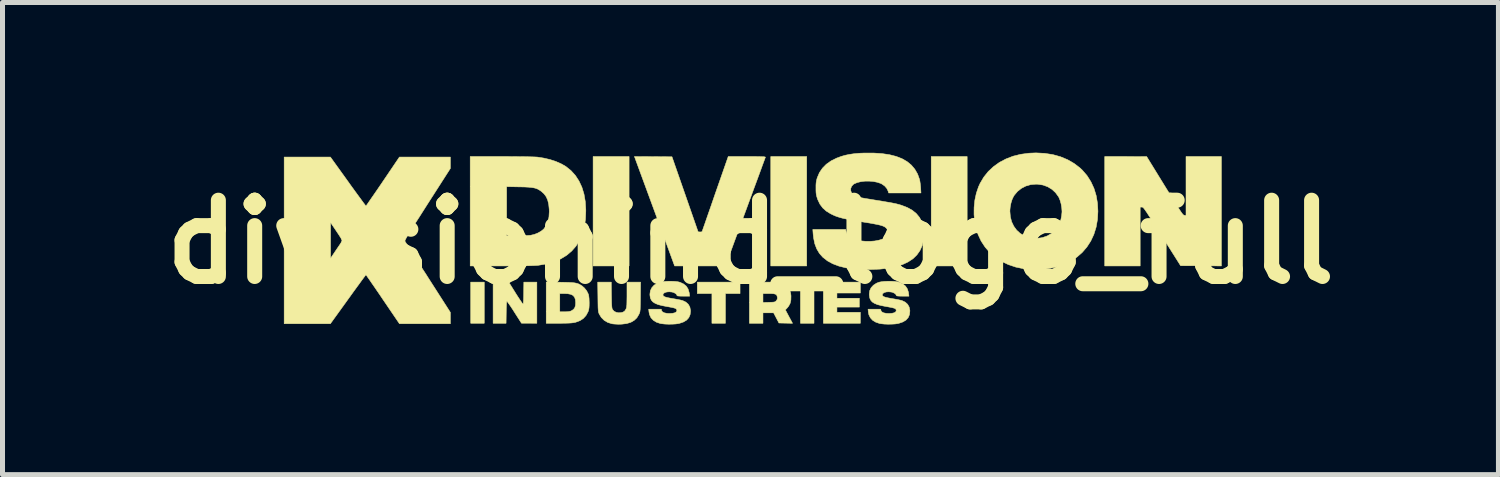
<source format=kicad_pcb>
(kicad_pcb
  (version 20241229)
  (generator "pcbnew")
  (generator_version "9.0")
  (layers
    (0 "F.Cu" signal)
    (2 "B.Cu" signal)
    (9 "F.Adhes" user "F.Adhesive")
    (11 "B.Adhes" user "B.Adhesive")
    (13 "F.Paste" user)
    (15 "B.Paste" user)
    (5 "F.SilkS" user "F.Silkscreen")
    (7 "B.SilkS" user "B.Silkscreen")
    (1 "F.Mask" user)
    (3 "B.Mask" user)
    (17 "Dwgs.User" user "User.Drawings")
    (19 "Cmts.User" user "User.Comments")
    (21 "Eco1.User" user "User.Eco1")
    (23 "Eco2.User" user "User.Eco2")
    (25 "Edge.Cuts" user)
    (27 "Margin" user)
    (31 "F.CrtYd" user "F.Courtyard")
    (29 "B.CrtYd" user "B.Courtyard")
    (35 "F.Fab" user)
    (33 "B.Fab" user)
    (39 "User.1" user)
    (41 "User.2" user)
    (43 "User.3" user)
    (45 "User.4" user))
  (footprint "divisionind_logo_full"
    (layer "F.Cu")
    (at 11.945 1.785)
    (property "Reference" "divisionind_logo_full" (at 0 0 0) (layer "F.SilkS") (effects (font (size 1.524 1.524) (thickness 0.3))))
    (attr through_hole)
    (fp_poly (pts (xy -5.319 1.624) (xy -5.59 1.624) (xy -5.59 0.802) (xy -5.319 0.802) (xy -5.319 1.624)) (stroke (width 0.01) (type solid)) (fill yes) (layer "F.SilkS"))
    (fp_poly (pts (xy -2.425 0.479) (xy -3.144 0.479) (xy -3.144 -1.707) (xy -2.425 -1.707) (xy -2.425 0.479)) (stroke (width 0.01) (type solid)) (fill yes) (layer "F.SilkS"))
    (fp_poly (pts (xy 1.124 0.479) (xy 0.406 0.479) (xy 0.406 -1.707) (xy 1.124 -1.707) (xy 1.124 0.479)) (stroke (width 0.01) (type solid)) (fill yes) (layer "F.SilkS"))
    (fp_poly (pts (xy 1.27 1.624) (xy 0.999 1.624) (xy 0.999 0.802) (xy 1.27 0.802) (xy 1.27 1.624)) (stroke (width 0.01) (type solid)) (fill yes) (layer "F.SilkS"))
    (fp_poly (pts (xy 4.33 0.479) (xy 3.612 0.479) (xy 3.612 -1.707) (xy 4.33 -1.707) (xy 4.33 0.479)) (stroke (width 0.01) (type solid)) (fill yes) (layer "F.SilkS"))
    (fp_poly (pts (xy -0.208 1.031) (xy -0.5 1.031) (xy -0.5 1.624) (xy -0.77 1.624) (xy -0.77 1.031) (xy -1.062 1.031) (xy -1.062 0.802) (xy -0.208 0.802) (xy -0.208 1.031)) (stroke (width 0.01) (type solid)) (fill yes) (layer "F.SilkS"))
    (fp_poly (pts (xy 2.196 1.02) (xy 1.728 1.02) (xy 1.728 1.124) (xy 2.176 1.124) (xy 2.176 1.301) (xy 1.728 1.301) (xy 1.728 1.405) (xy 2.196 1.405) (xy 2.196 1.624) (xy 1.457 1.624) (xy 1.457 0.802) (xy 2.196 0.802) (xy 2.196 1.02)) (stroke (width 0.01) (type solid)) (fill yes) (layer "F.SilkS"))
    (fp_poly (pts (xy -4.985 0.804) (xy -4.827 0.807) (xy -4.691 1.025) (xy -4.653 1.085) (xy -4.618 1.138) (xy -4.588 1.183) (xy -4.565 1.216) (xy -4.549 1.236) (xy -4.544 1.241) (xy -4.54 1.23) (xy -4.537 1.2) (xy -4.534 1.152) (xy -4.532 1.089) (xy -4.531 1.02) (xy -4.528 0.802) (xy -4.268 0.802) (xy -4.268 1.624) (xy -4.575 1.623) (xy -4.716 1.403) (xy -4.754 1.343) (xy -4.79 1.289) (xy -4.821 1.244) (xy -4.845 1.211) (xy -4.861 1.19) (xy -4.867 1.185) (xy -4.87 1.196) (xy -4.874 1.226) (xy -4.876 1.273) (xy -4.879 1.337) (xy -4.88 1.405) (xy -4.883 1.624) (xy -5.142 1.624) (xy -5.142 0.801) (xy -4.985 0.804)) (stroke (width 0.01) (type solid)) (fill yes) (layer "F.SilkS"))
    (fp_poly (pts (xy 9.41 0.479) (xy 9.003 0.476) (xy 8.595 0.474) (xy 8.225 -0.112) (xy 8.151 -0.227) (xy 8.088 -0.327) (xy 8.035 -0.411) (xy 7.99 -0.482) (xy 7.952 -0.539) (xy 7.922 -0.586) (xy 7.897 -0.622) (xy 7.878 -0.649) (xy 7.863 -0.669) (xy 7.851 -0.683) (xy 7.841 -0.691) (xy 7.834 -0.695) (xy 7.827 -0.697) (xy 7.82 -0.697) (xy 7.787 -0.697) (xy 7.787 0.479) (xy 7.079 0.479) (xy 7.079 -1.707) (xy 7.498 -1.707) (xy 7.917 -1.706) (xy 8.277 -1.121) (xy 8.349 -1.005) (xy 8.411 -0.905) (xy 8.463 -0.82) (xy 8.508 -0.75) (xy 8.544 -0.692) (xy 8.574 -0.645) (xy 8.598 -0.609) (xy 8.617 -0.581) (xy 8.633 -0.561) (xy 8.644 -0.548) (xy 8.654 -0.54) (xy 8.661 -0.535) (xy 8.668 -0.533) (xy 8.67 -0.533) (xy 8.703 -0.53) (xy 8.703 -1.707) (xy 9.41 -1.707) (xy 9.41 0.479)) (stroke (width 0.01) (type solid)) (fill yes) (layer "F.SilkS"))
    (fp_poly (pts (xy 0.334 0.802) (xy 0.408 0.803) (xy 0.473 0.805) (xy 0.526 0.807) (xy 0.565 0.81) (xy 0.581 0.813) (xy 0.652 0.837) (xy 0.713 0.875) (xy 0.761 0.925) (xy 0.774 0.946) (xy 0.792 0.983) (xy 0.803 1.02) (xy 0.809 1.065) (xy 0.81 1.083) (xy 0.808 1.161) (xy 0.793 1.226) (xy 0.763 1.282) (xy 0.739 1.312) (xy 0.698 1.357) (xy 0.769 1.491) (xy 0.841 1.625) (xy 0.705 1.622) (xy 0.569 1.619) (xy 0.463 1.416) (xy 0.25 1.416) (xy 0.25 1.624) (xy -0.021 1.624) (xy -0.021 1.031) (xy 0.25 1.031) (xy 0.25 1.209) (xy 0.37 1.206) (xy 0.422 1.204) (xy 0.458 1.202) (xy 0.481 1.198) (xy 0.496 1.192) (xy 0.508 1.183) (xy 0.517 1.172) (xy 0.535 1.145) (xy 0.539 1.119) (xy 0.537 1.104) (xy 0.53 1.075) (xy 0.518 1.055) (xy 0.496 1.042) (xy 0.462 1.034) (xy 0.413 1.031) (xy 0.368 1.031) (xy 0.25 1.031) (xy -0.021 1.031) (xy -0.021 0.802) (xy 0.255 0.802) (xy 0.334 0.802)) (stroke (width 0.01) (type solid)) (fill yes) (layer "F.SilkS"))
    (fp_poly (pts (xy -3.802 0.804) (xy -3.708 0.806) (xy -3.632 0.808) (xy -3.571 0.811) (xy -3.522 0.816) (xy -3.483 0.823) (xy -3.45 0.832) (xy -3.421 0.844) (xy -3.393 0.86) (xy -3.366 0.877) (xy -3.316 0.921) (xy -3.272 0.977) (xy -3.241 1.039) (xy -3.235 1.055) (xy -3.23 1.084) (xy -3.225 1.128) (xy -3.223 1.181) (xy -3.222 1.218) (xy -3.223 1.276) (xy -3.226 1.319) (xy -3.232 1.353) (xy -3.241 1.384) (xy -3.246 1.396) (xy -3.285 1.468) (xy -3.338 1.527) (xy -3.406 1.572) (xy -3.49 1.603) (xy -3.509 1.608) (xy -3.539 1.613) (xy -3.578 1.618) (xy -3.629 1.621) (xy -3.693 1.623) (xy -3.774 1.624) (xy -3.828 1.624) (xy -4.081 1.624) (xy -4.081 1.031) (xy -3.81 1.031) (xy -3.81 1.395) (xy -3.714 1.395) (xy -3.661 1.394) (xy -3.622 1.389) (xy -3.591 1.381) (xy -3.576 1.374) (xy -3.536 1.348) (xy -3.51 1.313) (xy -3.496 1.265) (xy -3.493 1.213) (xy -3.498 1.151) (xy -3.515 1.103) (xy -3.545 1.068) (xy -3.589 1.046) (xy -3.65 1.034) (xy -3.714 1.031) (xy -3.81 1.031) (xy -4.081 1.031) (xy -4.081 0.8) (xy -3.802 0.804)) (stroke (width 0.01) (type solid)) (fill yes) (layer "F.SilkS"))
    (fp_poly (pts (xy -1.943 -1.705) (xy -1.568 -1.702) (xy -1.307 -0.953) (xy -1.046 -0.203) (xy -1.008 -0.2) (xy -0.979 -0.201) (xy -0.966 -0.21) (xy -0.962 -0.222) (xy -0.951 -0.252) (xy -0.935 -0.298) (xy -0.913 -0.36) (xy -0.887 -0.435) (xy -0.857 -0.522) (xy -0.823 -0.619) (xy -0.786 -0.725) (xy -0.747 -0.838) (xy -0.706 -0.957) (xy -0.703 -0.966) (xy -0.444 -1.707) (xy -0.07 -1.707) (xy 0.032 -1.707) (xy 0.114 -1.707) (xy 0.179 -1.706) (xy 0.229 -1.704) (xy 0.263 -1.703) (xy 0.286 -1.7) (xy 0.297 -1.697) (xy 0.299 -1.694) (xy 0.295 -1.683) (xy 0.284 -1.653) (xy 0.267 -1.607) (xy 0.244 -1.545) (xy 0.216 -1.468) (xy 0.183 -1.378) (xy 0.146 -1.277) (xy 0.105 -1.166) (xy 0.06 -1.045) (xy 0.013 -0.916) (xy -0.037 -0.781) (xy -0.081 -0.661) (xy -0.133 -0.52) (xy -0.183 -0.384) (xy -0.231 -0.254) (xy -0.276 -0.131) (xy -0.318 -0.017) (xy -0.356 0.087) (xy -0.39 0.18) (xy -0.42 0.259) (xy -0.444 0.324) (xy -0.462 0.374) (xy -0.474 0.406) (xy -0.479 0.419) (xy -0.501 0.479) (xy -1.008 0.479) (xy -1.515 0.479) (xy -1.916 -0.614) (xy -2.318 -1.707) (xy -1.943 -1.705)) (stroke (width 0.01) (type solid)) (fill yes) (layer "F.SilkS"))
    (fp_poly (pts (xy -2.778 1.059) (xy -2.776 1.142) (xy -2.775 1.206) (xy -2.773 1.255) (xy -2.77 1.291) (xy -2.767 1.316) (xy -2.763 1.335) (xy -2.757 1.348) (xy -2.756 1.349) (xy -2.727 1.383) (xy -2.684 1.405) (xy -2.633 1.415) (xy -2.58 1.411) (xy -2.545 1.401) (xy -2.513 1.38) (xy -2.49 1.345) (xy -2.488 1.341) (xy -2.481 1.325) (xy -2.476 1.307) (xy -2.473 1.284) (xy -2.47 1.254) (xy -2.469 1.213) (xy -2.468 1.159) (xy -2.467 1.088) (xy -2.467 1.049) (xy -2.467 0.802) (xy -2.195 0.802) (xy -2.198 1.096) (xy -2.199 1.182) (xy -2.2 1.249) (xy -2.202 1.302) (xy -2.203 1.342) (xy -2.206 1.371) (xy -2.209 1.394) (xy -2.214 1.412) (xy -2.22 1.428) (xy -2.228 1.445) (xy -2.229 1.447) (xy -2.269 1.514) (xy -2.323 1.566) (xy -2.391 1.605) (xy -2.472 1.63) (xy -2.57 1.642) (xy -2.633 1.644) (xy -2.68 1.642) (xy -2.726 1.639) (xy -2.762 1.635) (xy -2.767 1.634) (xy -2.851 1.608) (xy -2.922 1.566) (xy -2.979 1.51) (xy -3.018 1.447) (xy -3.026 1.43) (xy -3.032 1.414) (xy -3.037 1.396) (xy -3.04 1.374) (xy -3.043 1.345) (xy -3.045 1.307) (xy -3.046 1.256) (xy -3.047 1.19) (xy -3.048 1.106) (xy -3.048 1.096) (xy -3.052 0.802) (xy -2.781 0.802) (xy -2.778 1.059)) (stroke (width 0.01) (type solid)) (fill yes) (layer "F.SilkS"))
    (fp_poly (pts (xy -4.841 -1.707) (xy -4.712 -1.706) (xy -4.596 -1.705) (xy -4.494 -1.704) (xy -4.407 -1.702) (xy -4.336 -1.7) (xy -4.284 -1.698) (xy -4.255 -1.696) (xy -4.129 -1.676) (xy -4.005 -1.647) (xy -3.887 -1.608) (xy -3.782 -1.562) (xy -3.692 -1.511) (xy -3.688 -1.508) (xy -3.586 -1.426) (xy -3.498 -1.329) (xy -3.426 -1.218) (xy -3.368 -1.094) (xy -3.326 -0.957) (xy -3.3 -0.806) (xy -3.29 -0.644) (xy -3.29 -0.618) (xy -3.297 -0.45) (xy -3.321 -0.296) (xy -3.361 -0.156) (xy -3.416 -0.03) (xy -3.486 0.083) (xy -3.573 0.182) (xy -3.674 0.267) (xy -3.791 0.338) (xy -3.923 0.394) (xy -4.071 0.437) (xy -4.233 0.465) (xy -4.26 0.468) (xy -4.291 0.47) (xy -4.341 0.472) (xy -4.408 0.474) (xy -4.491 0.476) (xy -4.586 0.477) (xy -4.693 0.478) (xy -4.81 0.479) (xy -4.934 0.479) (xy -4.981 0.479) (xy -5.6 0.479) (xy -5.6 -0.125) (xy -4.872 -0.125) (xy -4.661 -0.125) (xy -4.592 -0.126) (xy -4.525 -0.127) (xy -4.465 -0.129) (xy -4.416 -0.132) (xy -4.383 -0.135) (xy -4.383 -0.136) (xy -4.318 -0.151) (xy -4.252 -0.177) (xy -4.192 -0.21) (xy -4.143 -0.247) (xy -4.127 -0.263) (xy -4.079 -0.331) (xy -4.045 -0.409) (xy -4.026 -0.5) (xy -4.02 -0.604) (xy -4.021 -0.653) (xy -4.031 -0.752) (xy -4.051 -0.835) (xy -4.081 -0.904) (xy -4.125 -0.963) (xy -4.178 -1.011) (xy -4.213 -1.035) (xy -4.247 -1.055) (xy -4.283 -1.07) (xy -4.325 -1.081) (xy -4.375 -1.089) (xy -4.437 -1.095) (xy -4.513 -1.099) (xy -4.606 -1.101) (xy -4.619 -1.101) (xy -4.872 -1.106) (xy -4.872 -0.125) (xy -5.6 -0.125) (xy -5.6 -1.707) (xy -4.982 -1.707) (xy -4.841 -1.707)) (stroke (width 0.01) (type solid)) (fill yes) (layer "F.SilkS"))
    (fp_poly (pts (xy -8.041 -1.208) (xy -7.977 -1.118) (xy -7.916 -1.034) (xy -7.86 -0.957) (xy -7.809 -0.888) (xy -7.766 -0.829) (xy -7.731 -0.781) (xy -7.704 -0.746) (xy -7.688 -0.724) (xy -7.683 -0.719) (xy -7.676 -0.727) (xy -7.659 -0.751) (xy -7.632 -0.79) (xy -7.597 -0.841) (xy -7.554 -0.903) (xy -7.505 -0.974) (xy -7.45 -1.054) (xy -7.391 -1.14) (xy -7.345 -1.208) (xy -7.014 -1.697) (xy -5.996 -1.697) (xy -5.996 -1.47) (xy -6.455 -0.754) (xy -6.539 -0.622) (xy -6.612 -0.507) (xy -6.676 -0.408) (xy -6.73 -0.322) (xy -6.775 -0.25) (xy -6.812 -0.19) (xy -6.842 -0.14) (xy -6.865 -0.101) (xy -6.883 -0.071) (xy -6.894 -0.048) (xy -6.901 -0.032) (xy -6.904 -0.022) (xy -6.904 -0.016) (xy -6.897 -0.004) (xy -6.879 0.024) (xy -6.852 0.067) (xy -6.817 0.123) (xy -6.773 0.191) (xy -6.723 0.271) (xy -6.667 0.359) (xy -6.605 0.455) (xy -6.54 0.558) (xy -6.47 0.666) (xy -6.445 0.706) (xy -5.996 1.407) (xy -5.996 1.634) (xy -7.013 1.634) (xy -7.345 1.146) (xy -7.406 1.055) (xy -7.464 0.971) (xy -7.517 0.893) (xy -7.565 0.824) (xy -7.606 0.764) (xy -7.64 0.716) (xy -7.664 0.681) (xy -7.679 0.661) (xy -7.683 0.656) (xy -7.69 0.664) (xy -7.708 0.688) (xy -7.736 0.725) (xy -7.773 0.775) (xy -7.817 0.836) (xy -7.869 0.907) (xy -7.926 0.985) (xy -7.987 1.07) (xy -8.041 1.145) (xy -8.394 1.634) (xy -9.317 1.634) (xy -9.317 0.326) (xy -8.39 0.326) (xy -8.275 0.156) (xy -8.239 0.103) (xy -8.207 0.056) (xy -8.182 0.017) (xy -8.164 -0.011) (xy -8.155 -0.025) (xy -8.155 -0.025) (xy -8.159 -0.037) (xy -8.174 -0.063) (xy -8.197 -0.1) (xy -8.227 -0.147) (xy -8.262 -0.199) (xy -8.271 -0.213) (xy -8.39 -0.389) (xy -8.39 0.326) (xy -9.317 0.326) (xy -9.317 -1.697) (xy -8.393 -1.697) (xy -8.041 -1.208)) (stroke (width 0.01) (type solid)) (fill yes) (layer "F.SilkS"))
    (fp_poly (pts (xy -1.573 0.785) (xy -1.507 0.788) (xy -1.45 0.795) (xy -1.409 0.805) (xy -1.338 0.838) (xy -1.284 0.881) (xy -1.247 0.937) (xy -1.226 1.006) (xy -1.222 1.028) (xy -1.215 1.083) (xy -1.342 1.083) (xy -1.397 1.082) (xy -1.435 1.08) (xy -1.457 1.077) (xy -1.467 1.072) (xy -1.468 1.069) (xy -1.477 1.047) (xy -1.503 1.026) (xy -1.539 1.008) (xy -1.57 1) (xy -1.623 0.995) (xy -1.671 0.999) (xy -1.711 1.011) (xy -1.738 1.03) (xy -1.749 1.055) (xy -1.749 1.057) (xy -1.744 1.073) (xy -1.729 1.087) (xy -1.7 1.1) (xy -1.656 1.112) (xy -1.595 1.124) (xy -1.554 1.131) (xy -1.496 1.141) (xy -1.441 1.151) (xy -1.394 1.161) (xy -1.362 1.169) (xy -1.354 1.171) (xy -1.29 1.202) (xy -1.242 1.245) (xy -1.211 1.3) (xy -1.198 1.366) (xy -1.197 1.382) (xy -1.206 1.453) (xy -1.232 1.512) (xy -1.276 1.561) (xy -1.337 1.598) (xy -1.416 1.625) (xy -1.435 1.63) (xy -1.492 1.638) (xy -1.561 1.642) (xy -1.637 1.643) (xy -1.71 1.64) (xy -1.774 1.633) (xy -1.8 1.629) (xy -1.878 1.603) (xy -1.94 1.565) (xy -1.987 1.515) (xy -2.016 1.453) (xy -2.027 1.402) (xy -2.033 1.343) (xy -1.782 1.343) (xy -1.776 1.37) (xy -1.759 1.396) (xy -1.723 1.415) (xy -1.671 1.426) (xy -1.617 1.429) (xy -1.555 1.425) (xy -1.509 1.414) (xy -1.48 1.396) (xy -1.47 1.371) (xy -1.474 1.35) (xy -1.482 1.339) (xy -1.498 1.328) (xy -1.525 1.319) (xy -1.566 1.309) (xy -1.623 1.298) (xy -1.671 1.29) (xy -1.767 1.271) (xy -1.845 1.251) (xy -1.905 1.226) (xy -1.95 1.197) (xy -1.981 1.161) (xy -2 1.118) (xy -2.008 1.066) (xy -2.009 1.041) (xy -1.999 0.973) (xy -1.971 0.914) (xy -1.926 0.864) (xy -1.865 0.824) (xy -1.813 0.804) (xy -1.768 0.795) (xy -1.709 0.788) (xy -1.642 0.785) (xy -1.573 0.785)) (stroke (width 0.01) (type solid)) (fill yes) (layer "F.SilkS"))
    (fp_poly (pts (xy 2.81 0.785) (xy 2.875 0.788) (xy 2.932 0.795) (xy 2.974 0.805) (xy 3.045 0.838) (xy 3.098 0.881) (xy 3.135 0.937) (xy 3.157 1.006) (xy 3.16 1.028) (xy 3.167 1.083) (xy 3.041 1.083) (xy 2.985 1.082) (xy 2.948 1.08) (xy 2.926 1.077) (xy 2.916 1.072) (xy 2.915 1.069) (xy 2.905 1.047) (xy 2.88 1.026) (xy 2.844 1.008) (xy 2.813 1) (xy 2.76 0.995) (xy 2.711 0.999) (xy 2.672 1.011) (xy 2.645 1.03) (xy 2.634 1.055) (xy 2.634 1.057) (xy 2.638 1.073) (xy 2.654 1.087) (xy 2.683 1.1) (xy 2.727 1.112) (xy 2.788 1.124) (xy 2.828 1.131) (xy 2.887 1.141) (xy 2.942 1.151) (xy 2.988 1.161) (xy 3.021 1.169) (xy 3.028 1.171) (xy 3.092 1.202) (xy 3.14 1.245) (xy 3.171 1.3) (xy 3.185 1.366) (xy 3.185 1.382) (xy 3.177 1.453) (xy 3.151 1.512) (xy 3.107 1.561) (xy 3.045 1.598) (xy 2.966 1.625) (xy 2.947 1.63) (xy 2.891 1.638) (xy 2.821 1.642) (xy 2.746 1.643) (xy 2.672 1.64) (xy 2.608 1.633) (xy 2.582 1.629) (xy 2.505 1.603) (xy 2.442 1.565) (xy 2.396 1.515) (xy 2.366 1.453) (xy 2.356 1.402) (xy 2.35 1.343) (xy 2.6 1.343) (xy 2.607 1.37) (xy 2.624 1.396) (xy 2.659 1.415) (xy 2.711 1.426) (xy 2.765 1.429) (xy 2.828 1.425) (xy 2.874 1.414) (xy 2.903 1.396) (xy 2.913 1.371) (xy 2.909 1.35) (xy 2.901 1.339) (xy 2.885 1.328) (xy 2.857 1.319) (xy 2.816 1.309) (xy 2.759 1.298) (xy 2.712 1.29) (xy 2.615 1.271) (xy 2.537 1.251) (xy 2.477 1.226) (xy 2.432 1.197) (xy 2.402 1.161) (xy 2.383 1.118) (xy 2.375 1.066) (xy 2.374 1.041) (xy 2.383 0.973) (xy 2.411 0.914) (xy 2.457 0.864) (xy 2.518 0.824) (xy 2.569 0.804) (xy 2.614 0.795) (xy 2.673 0.788) (xy 2.74 0.785) (xy 2.81 0.785)) (stroke (width 0.01) (type solid)) (fill yes) (layer "F.SilkS"))
    (fp_poly (pts (xy 5.878 -1.771) (xy 6.041 -1.746) (xy 6.195 -1.703) (xy 6.337 -1.644) (xy 6.467 -1.569) (xy 6.585 -1.479) (xy 6.633 -1.433) (xy 6.726 -1.325) (xy 6.803 -1.203) (xy 6.864 -1.071) (xy 6.908 -0.927) (xy 6.934 -0.775) (xy 6.943 -0.614) (xy 6.934 -0.45) (xy 6.907 -0.296) (xy 6.862 -0.152) (xy 6.8 -0.019) (xy 6.722 0.101) (xy 6.629 0.209) (xy 6.52 0.304) (xy 6.397 0.384) (xy 6.26 0.45) (xy 6.11 0.5) (xy 5.948 0.535) (xy 5.941 0.536) (xy 5.857 0.545) (xy 5.761 0.549) (xy 5.661 0.55) (xy 5.564 0.546) (xy 5.478 0.538) (xy 5.46 0.535) (xy 5.299 0.501) (xy 5.151 0.451) (xy 5.014 0.386) (xy 4.892 0.305) (xy 4.783 0.211) (xy 4.689 0.103) (xy 4.61 -0.017) (xy 4.548 -0.15) (xy 4.503 -0.293) (xy 4.481 -0.403) (xy 4.468 -0.547) (xy 4.468 -0.614) (xy 5.184 -0.614) (xy 5.193 -0.504) (xy 5.219 -0.403) (xy 5.262 -0.314) (xy 5.319 -0.236) (xy 5.389 -0.172) (xy 5.472 -0.123) (xy 5.566 -0.09) (xy 5.67 -0.075) (xy 5.699 -0.074) (xy 5.75 -0.076) (xy 5.804 -0.082) (xy 5.839 -0.089) (xy 5.933 -0.122) (xy 6.018 -0.172) (xy 6.093 -0.238) (xy 6.153 -0.319) (xy 6.155 -0.324) (xy 6.181 -0.38) (xy 6.203 -0.449) (xy 6.218 -0.524) (xy 6.225 -0.598) (xy 6.225 -0.614) (xy 6.22 -0.686) (xy 6.207 -0.762) (xy 6.187 -0.833) (xy 6.162 -0.893) (xy 6.155 -0.905) (xy 6.096 -0.986) (xy 6.023 -1.053) (xy 5.938 -1.104) (xy 5.844 -1.138) (xy 5.741 -1.154) (xy 5.705 -1.155) (xy 5.6 -1.146) (xy 5.503 -1.118) (xy 5.414 -1.072) (xy 5.337 -1.011) (xy 5.272 -0.934) (xy 5.254 -0.905) (xy 5.228 -0.849) (xy 5.206 -0.779) (xy 5.191 -0.704) (xy 5.184 -0.631) (xy 5.184 -0.614) (xy 4.468 -0.614) (xy 4.469 -0.693) (xy 4.484 -0.837) (xy 4.514 -0.975) (xy 4.557 -1.102) (xy 4.587 -1.168) (xy 4.661 -1.294) (xy 4.751 -1.407) (xy 4.856 -1.505) (xy 4.974 -1.59) (xy 5.105 -1.659) (xy 5.247 -1.714) (xy 5.401 -1.752) (xy 5.565 -1.774) (xy 5.705 -1.78) (xy 5.878 -1.771)) (stroke (width 0.01) (type solid)) (fill yes) (layer "F.SilkS"))
    (fp_poly (pts (xy 2.628 -1.766) (xy 2.778 -1.744) (xy 2.911 -1.71) (xy 3.029 -1.664) (xy 3.13 -1.606) (xy 3.215 -1.536) (xy 3.284 -1.454) (xy 3.339 -1.359) (xy 3.378 -1.252) (xy 3.379 -1.248) (xy 3.386 -1.212) (xy 3.393 -1.164) (xy 3.399 -1.111) (xy 3.401 -1.085) (xy 3.407 -0.979) (xy 2.762 -0.979) (xy 2.75 -1.018) (xy 2.724 -1.071) (xy 2.682 -1.119) (xy 2.628 -1.157) (xy 2.606 -1.169) (xy 2.535 -1.193) (xy 2.455 -1.209) (xy 2.37 -1.216) (xy 2.285 -1.215) (xy 2.204 -1.205) (xy 2.132 -1.187) (xy 2.073 -1.162) (xy 2.054 -1.149) (xy 2.021 -1.112) (xy 2.004 -1.068) (xy 2.005 -1.021) (xy 2.023 -0.977) (xy 2.052 -0.943) (xy 2.072 -0.929) (xy 2.096 -0.916) (xy 2.128 -0.905) (xy 2.17 -0.894) (xy 2.225 -0.882) (xy 2.295 -0.869) (xy 2.383 -0.855) (xy 2.389 -0.854) (xy 2.51 -0.834) (xy 2.612 -0.818) (xy 2.697 -0.803) (xy 2.769 -0.791) (xy 2.829 -0.78) (xy 2.878 -0.77) (xy 2.92 -0.761) (xy 2.957 -0.751) (xy 2.99 -0.742) (xy 3.019 -0.733) (xy 3.135 -0.688) (xy 3.234 -0.633) (xy 3.314 -0.568) (xy 3.377 -0.492) (xy 3.423 -0.404) (xy 3.452 -0.305) (xy 3.465 -0.194) (xy 3.466 -0.156) (xy 3.457 -0.036) (xy 3.431 0.074) (xy 3.387 0.172) (xy 3.326 0.258) (xy 3.248 0.334) (xy 3.151 0.398) (xy 3.038 0.451) (xy 2.907 0.493) (xy 2.758 0.523) (xy 2.592 0.542) (xy 2.408 0.55) (xy 2.342 0.55) (xy 2.274 0.549) (xy 2.206 0.548) (xy 2.144 0.545) (xy 2.094 0.543) (xy 2.066 0.54) (xy 1.909 0.517) (xy 1.768 0.482) (xy 1.644 0.435) (xy 1.538 0.377) (xy 1.448 0.306) (xy 1.446 0.305) (xy 1.378 0.228) (xy 1.325 0.139) (xy 1.286 0.037) (xy 1.262 -0.079) (xy 1.253 -0.156) (xy 1.246 -0.25) (xy 1.903 -0.25) (xy 1.909 -0.216) (xy 1.93 -0.16) (xy 1.969 -0.111) (xy 2.026 -0.072) (xy 2.098 -0.044) (xy 2.127 -0.036) (xy 2.216 -0.021) (xy 2.308 -0.013) (xy 2.399 -0.013) (xy 2.485 -0.02) (xy 2.564 -0.035) (xy 2.631 -0.055) (xy 2.685 -0.082) (xy 2.711 -0.103) (xy 2.737 -0.144) (xy 2.746 -0.192) (xy 2.737 -0.239) (xy 2.728 -0.258) (xy 2.713 -0.278) (xy 2.695 -0.294) (xy 2.67 -0.309) (xy 2.636 -0.323) (xy 2.593 -0.336) (xy 2.536 -0.349) (xy 2.464 -0.363) (xy 2.376 -0.379) (xy 2.305 -0.39) (xy 2.181 -0.41) (xy 2.075 -0.428) (xy 1.985 -0.445) (xy 1.909 -0.46) (xy 1.844 -0.474) (xy 1.788 -0.489) (xy 1.74 -0.504) (xy 1.696 -0.52) (xy 1.655 -0.538) (xy 1.614 -0.558) (xy 1.601 -0.564) (xy 1.514 -0.618) (xy 1.444 -0.681) (xy 1.388 -0.756) (xy 1.345 -0.846) (xy 1.336 -0.872) (xy 1.324 -0.911) (xy 1.316 -0.946) (xy 1.311 -0.984) (xy 1.309 -1.03) (xy 1.309 -1.077) (xy 1.309 -1.136) (xy 1.312 -1.181) (xy 1.318 -1.219) (xy 1.327 -1.257) (xy 1.336 -1.286) (xy 1.379 -1.387) (xy 1.44 -1.476) (xy 1.517 -1.554) (xy 1.612 -1.621) (xy 1.725 -1.677) (xy 1.818 -1.711) (xy 1.9 -1.734) (xy 1.984 -1.751) (xy 2.074 -1.764) (xy 2.176 -1.773) (xy 2.276 -1.777) (xy 2.46 -1.777) (xy 2.628 -1.766)) (stroke (width 0.01) (type solid)) (fill yes) (layer "F.SilkS")))
  (gr_rect
    (start -3 -3)
    (end 26.891 6.434)
    (stroke (width 0.1) (type default))
    (fill no)
    (layer "Edge.Cuts")))
</source>
